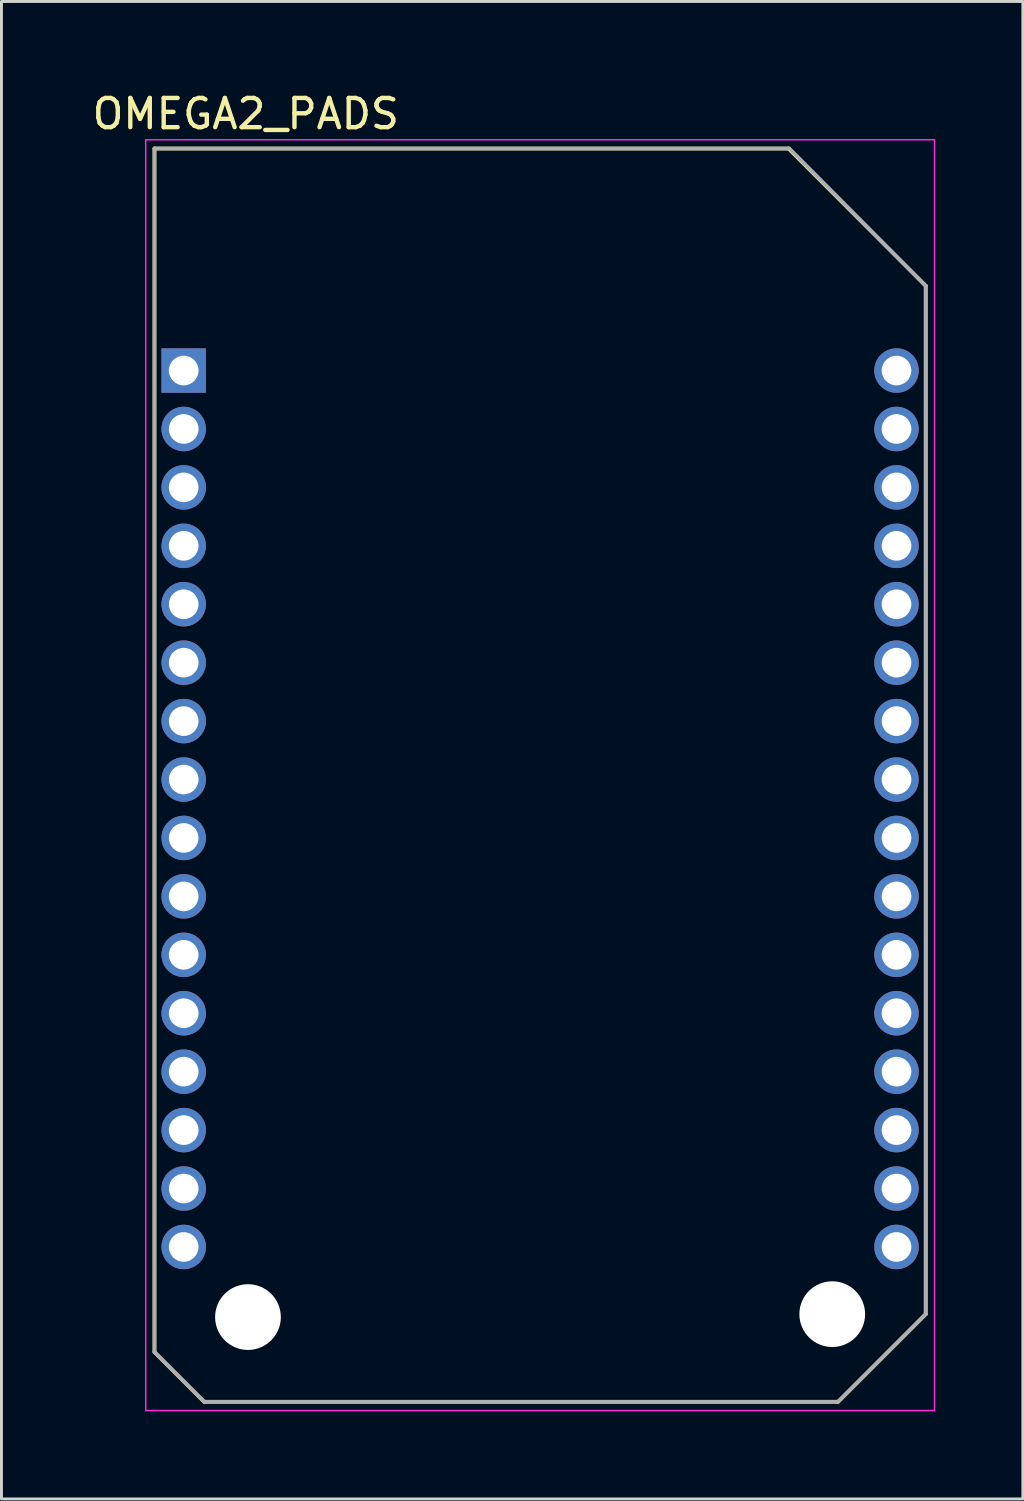
<source format=kicad_pcb>
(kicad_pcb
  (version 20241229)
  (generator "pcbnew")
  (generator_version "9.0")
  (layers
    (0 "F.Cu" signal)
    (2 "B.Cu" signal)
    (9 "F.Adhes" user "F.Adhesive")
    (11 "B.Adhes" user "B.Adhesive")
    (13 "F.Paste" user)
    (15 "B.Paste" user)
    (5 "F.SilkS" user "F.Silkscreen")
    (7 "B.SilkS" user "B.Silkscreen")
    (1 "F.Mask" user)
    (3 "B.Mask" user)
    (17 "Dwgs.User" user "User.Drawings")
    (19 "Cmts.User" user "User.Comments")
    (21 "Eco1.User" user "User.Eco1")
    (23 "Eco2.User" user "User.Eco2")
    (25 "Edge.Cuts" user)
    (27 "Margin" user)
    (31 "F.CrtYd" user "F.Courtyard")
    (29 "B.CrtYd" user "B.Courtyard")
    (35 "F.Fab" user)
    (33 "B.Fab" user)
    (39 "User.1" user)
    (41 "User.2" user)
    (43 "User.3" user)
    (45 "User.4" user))
  (footprint "OMEGA2_PADS"
    (layer "F.Cu")
    (at 15.438 23.484)
    (property "Reference" "OMEGA2_PADS" (at -10.075 -22.636 0) (layer "F.SilkS") (effects (font (size 1 1) (thickness 0.15))))
    (attr through_hole)
    (fp_line (start -13.2 -21.45) (end 8.5 -21.45) (stroke (width 0.127) (type solid)) (layer "F.SilkS"))
    (fp_line (start -13.2 19.75) (end -13.2 -21.45) (stroke (width 0.127) (type solid)) (layer "F.SilkS"))
    (fp_line (start -11.5 21.45) (end -13.2 19.75) (stroke (width 0.127) (type solid)) (layer "F.SilkS"))
    (fp_line (start 8.5 -21.45) (end 13.2 -16.75) (stroke (width 0.127) (type solid)) (layer "F.SilkS"))
    (fp_line (start 10.2 21.45) (end -11.5 21.45) (stroke (width 0.127) (type solid)) (layer "F.SilkS"))
    (fp_line (start 13.2 -16.75) (end 13.2 18.45) (stroke (width 0.127) (type solid)) (layer "F.SilkS"))
    (fp_line (start 13.2 18.45) (end 10.2 21.45) (stroke (width 0.127) (type solid)) (layer "F.SilkS"))
    (fp_line (start -13.5 -21.75) (end 13.5 -21.75) (stroke (width 0.05) (type solid)) (layer "F.CrtYd"))
    (fp_line (start -13.5 21.75) (end -13.5 -21.75) (stroke (width 0.05) (type solid)) (layer "F.CrtYd"))
    (fp_line (start 13.5 -21.75) (end 13.5 21.75) (stroke (width 0.05) (type solid)) (layer "F.CrtYd"))
    (fp_line (start 13.5 21.75) (end -13.5 21.75) (stroke (width 0.05) (type solid)) (layer "F.CrtYd"))
    (fp_line (start -13.2 -21.45) (end 8.53 -21.45) (stroke (width 0.127) (type solid)) (layer "F.Fab"))
    (fp_line (start -13.2 19.75) (end -13.2 -21.45) (stroke (width 0.127) (type solid)) (layer "F.Fab"))
    (fp_line (start -11.5 21.45) (end -13.2 19.75) (stroke (width 0.127) (type solid)) (layer "F.Fab"))
    (fp_line (start 8.53 -21.45) (end 13.2 -16.75) (stroke (width 0.127) (type solid)) (layer "F.Fab"))
    (fp_line (start 10.2 21.45) (end -11.5 21.45) (stroke (width 0.127) (type solid)) (layer "F.Fab"))
    (fp_line (start 13.2 -16.75) (end 13.2 18.45) (stroke (width 0.127) (type solid)) (layer "F.Fab"))
    (fp_line (start 13.2 18.45) (end 10.2 21.45) (stroke (width 0.127) (type solid)) (layer "F.Fab"))
    (pad "" np_thru_hole circle (at -10 18.55) (size 2.25 2.25) (drill 2.25) (layers "*.Cu" "*.Mask"))
    (pad "" np_thru_hole circle (at 10 18.45) (size 2.25 2.25) (drill 2.25) (layers "*.Cu" "*.Mask"))
    (pad "1" thru_hole rect (at -12.2 -13.85) (size 1.523 1.523) (drill 1.015) (layers "*.Cu" "*.Mask"))
    (pad "2" thru_hole circle (at -12.2 -11.85) (size 1.523 1.523) (drill 1.015) (layers "*.Cu" "*.Mask"))
    (pad "3" thru_hole circle (at -12.2 -9.85) (size 1.523 1.523) (drill 1.015) (layers "*.Cu" "*.Mask"))
    (pad "4" thru_hole circle (at -12.2 -7.85) (size 1.523 1.523) (drill 1.015) (layers "*.Cu" "*.Mask"))
    (pad "5" thru_hole circle (at -12.2 -5.85) (size 1.523 1.523) (drill 1.015) (layers "*.Cu" "*.Mask"))
    (pad "6" thru_hole circle (at -12.2 -3.85) (size 1.523 1.523) (drill 1.015) (layers "*.Cu" "*.Mask"))
    (pad "7" thru_hole circle (at -12.2 -1.85) (size 1.523 1.523) (drill 1.015) (layers "*.Cu" "*.Mask"))
    (pad "8" thru_hole circle (at -12.2 0.15) (size 1.523 1.523) (drill 1.015) (layers "*.Cu" "*.Mask"))
    (pad "9" thru_hole circle (at -12.2 2.15) (size 1.523 1.523) (drill 1.015) (layers "*.Cu" "*.Mask"))
    (pad "10" thru_hole circle (at -12.2 4.15) (size 1.523 1.523) (drill 1.015) (layers "*.Cu" "*.Mask"))
    (pad "11" thru_hole circle (at -12.2 6.15) (size 1.523 1.523) (drill 1.015) (layers "*.Cu" "*.Mask"))
    (pad "12" thru_hole circle (at -12.2 8.15) (size 1.523 1.523) (drill 1.015) (layers "*.Cu" "*.Mask"))
    (pad "13" thru_hole circle (at -12.2 10.15) (size 1.523 1.523) (drill 1.015) (layers "*.Cu" "*.Mask"))
    (pad "14" thru_hole circle (at -12.2 12.15) (size 1.523 1.523) (drill 1.015) (layers "*.Cu" "*.Mask"))
    (pad "15" thru_hole circle (at -12.2 14.15) (size 1.523 1.523) (drill 1.015) (layers "*.Cu" "*.Mask"))
    (pad "16" thru_hole circle (at -12.2 16.15) (size 1.523 1.523) (drill 1.015) (layers "*.Cu" "*.Mask"))
    (pad "17" thru_hole circle (at 12.2 16.15) (size 1.523 1.523) (drill 1.015) (layers "*.Cu" "*.Mask"))
    (pad "18" thru_hole circle (at 12.2 14.15) (size 1.523 1.523) (drill 1.015) (layers "*.Cu" "*.Mask"))
    (pad "19" thru_hole circle (at 12.2 12.15) (size 1.523 1.523) (drill 1.015) (layers "*.Cu" "*.Mask"))
    (pad "20" thru_hole circle (at 12.2 10.15) (size 1.523 1.523) (drill 1.015) (layers "*.Cu" "*.Mask"))
    (pad "21" thru_hole circle (at 12.2 8.15) (size 1.523 1.523) (drill 1.015) (layers "*.Cu" "*.Mask"))
    (pad "22" thru_hole circle (at 12.2 6.15) (size 1.523 1.523) (drill 1.015) (layers "*.Cu" "*.Mask"))
    (pad "23" thru_hole circle (at 12.2 4.15) (size 1.523 1.523) (drill 1.015) (layers "*.Cu" "*.Mask"))
    (pad "24" thru_hole circle (at 12.2 2.15) (size 1.523 1.523) (drill 1.015) (layers "*.Cu" "*.Mask"))
    (pad "25" thru_hole circle (at 12.2 0.15) (size 1.523 1.523) (drill 1.015) (layers "*.Cu" "*.Mask"))
    (pad "26" thru_hole circle (at 12.2 -1.85) (size 1.523 1.523) (drill 1.015) (layers "*.Cu" "*.Mask"))
    (pad "27" thru_hole circle (at 12.2 -3.85) (size 1.523 1.523) (drill 1.015) (layers "*.Cu" "*.Mask"))
    (pad "28" thru_hole circle (at 12.2 -5.85) (size 1.523 1.523) (drill 1.015) (layers "*.Cu" "*.Mask"))
    (pad "29" thru_hole circle (at 12.2 -7.85) (size 1.523 1.523) (drill 1.015) (layers "*.Cu" "*.Mask"))
    (pad "30" thru_hole circle (at 12.2 -9.85) (size 1.523 1.523) (drill 1.015) (layers "*.Cu" "*.Mask"))
    (pad "31" thru_hole circle (at 12.2 -11.85) (size 1.523 1.523) (drill 1.015) (layers "*.Cu" "*.Mask"))
    (pad "32" thru_hole circle (at 12.2 -13.85) (size 1.523 1.523) (drill 1.015) (layers "*.Cu" "*.Mask")))
  (gr_rect
    (start -3 -3)
    (end 31.963 48.259)
    (stroke (width 0.1) (type default))
    (fill no)
    (layer "Edge.Cuts")))
</source>
